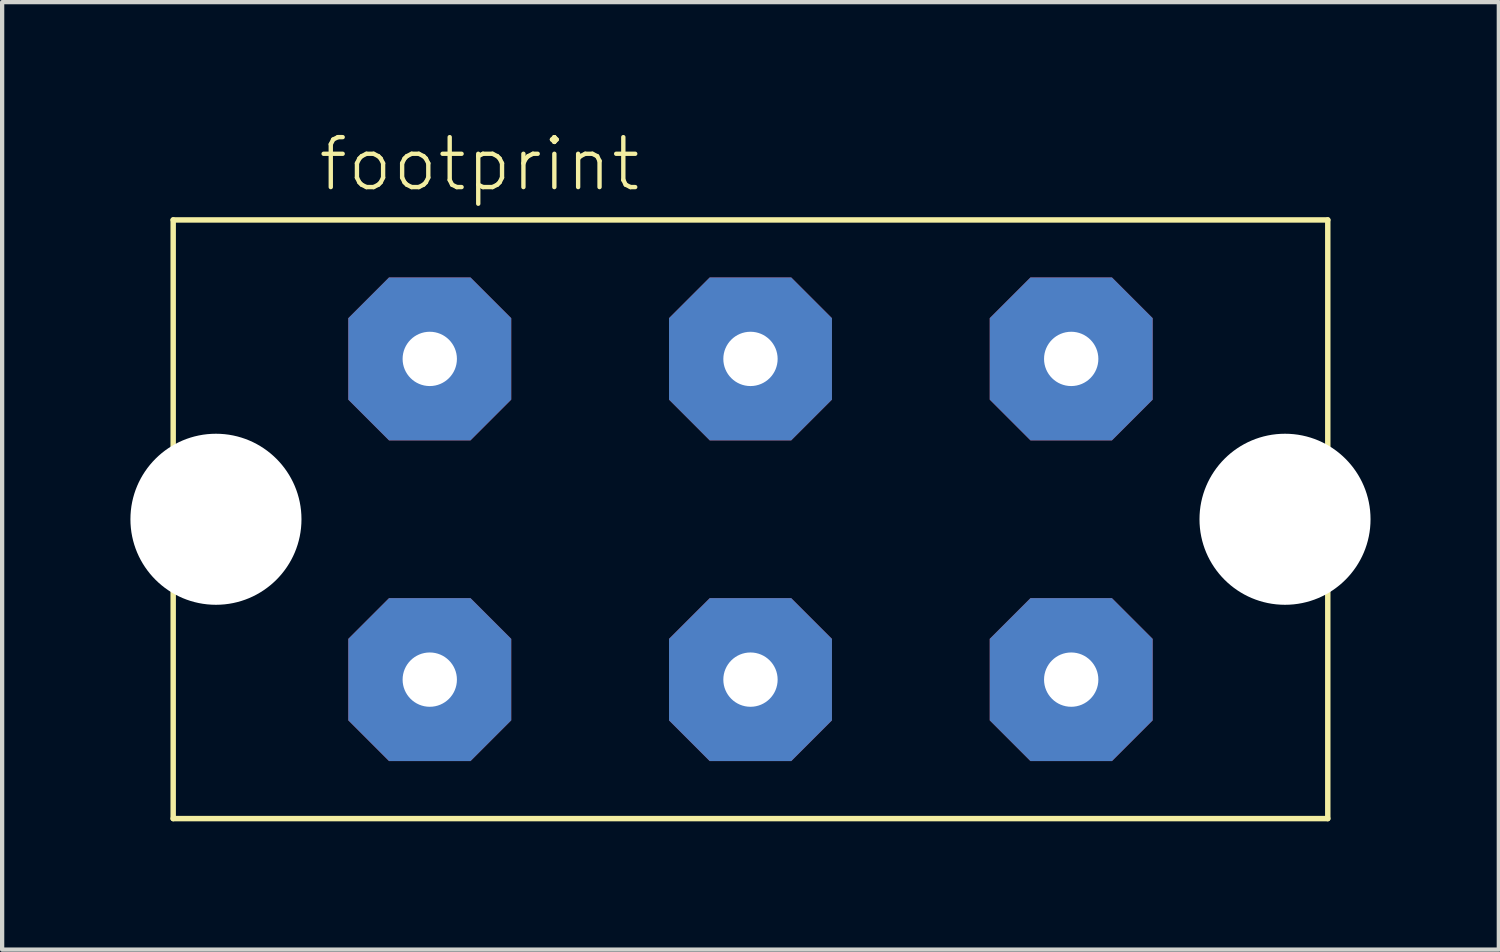
<source format=kicad_pcb>
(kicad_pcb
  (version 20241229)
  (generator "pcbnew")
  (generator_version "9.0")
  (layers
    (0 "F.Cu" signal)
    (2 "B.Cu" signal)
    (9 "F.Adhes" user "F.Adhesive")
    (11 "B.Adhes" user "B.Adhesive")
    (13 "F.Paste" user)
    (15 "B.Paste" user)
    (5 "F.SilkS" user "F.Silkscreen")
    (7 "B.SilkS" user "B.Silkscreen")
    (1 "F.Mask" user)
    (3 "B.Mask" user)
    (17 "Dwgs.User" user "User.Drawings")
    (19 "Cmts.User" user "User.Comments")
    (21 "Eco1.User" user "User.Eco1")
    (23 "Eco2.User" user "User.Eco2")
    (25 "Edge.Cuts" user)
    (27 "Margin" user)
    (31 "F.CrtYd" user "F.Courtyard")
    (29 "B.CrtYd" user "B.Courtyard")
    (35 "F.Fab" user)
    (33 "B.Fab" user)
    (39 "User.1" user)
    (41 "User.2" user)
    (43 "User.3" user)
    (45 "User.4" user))
  (footprint "footprint"
    (layer "F.Cu")
    (at 14.5 9.093)
    (property "Reference" "footprint" (at -10.16 -7.62 0) (layer "F.SilkS") (effects (font (size 1.168 1.168) (thickness 0.102)) (justify left bottom)))
    (fp_line (start -13.5 -7) (end 13.5 -7) (stroke (width 0.127) (type solid)) (layer "F.SilkS"))
    (fp_line (start -13.5 7) (end -13.5 -7) (stroke (width 0.127) (type solid)) (layer "F.SilkS"))
    (fp_line (start 13.5 -7) (end 13.5 7) (stroke (width 0.127) (type solid)) (layer "F.SilkS"))
    (fp_line (start 13.5 7) (end -13.5 7) (stroke (width 0.127) (type solid)) (layer "F.SilkS"))
    (pad "" np_thru_hole circle (at -12.5 0) (size 4 4) (drill 4) (layers "*.Cu" "*.Mask"))
    (pad "" np_thru_hole circle (at 12.5 0) (size 4 4) (drill 4) (layers "*.Cu" "*.Mask"))
    (pad "1" thru_hole roundrect (at 7.5 -3.75) (size 3.81 3.81) (drill 1.27) (layers "*.Cu" "*.Mask") (roundrect_rratio 0.25) (chamfer_ratio 0.25) (chamfer top_left top_right bottom_left bottom_right))
    (pad "2" thru_hole roundrect (at 7.5 3.75) (size 3.81 3.81) (drill 1.27) (layers "*.Cu" "*.Mask") (roundrect_rratio 0.25) (chamfer_ratio 0.25) (chamfer top_left top_right bottom_left bottom_right))
    (pad "3" thru_hole roundrect (at -7.5 -3.75) (size 3.81 3.81) (drill 1.27) (layers "*.Cu" "*.Mask") (roundrect_rratio 0.25) (chamfer_ratio 0.25) (chamfer top_left top_right bottom_left bottom_right))
    (pad "4" thru_hole roundrect (at -7.5 3.75) (size 3.81 3.81) (drill 1.27) (layers "*.Cu" "*.Mask") (roundrect_rratio 0.25) (chamfer_ratio 0.25) (chamfer top_left top_right bottom_left bottom_right))
    (pad "5" thru_hole roundrect (at 0 -3.75) (size 3.81 3.81) (drill 1.27) (layers "*.Cu" "*.Mask") (roundrect_rratio 0.25) (chamfer_ratio 0.25) (chamfer top_left top_right bottom_left bottom_right))
    (pad "6" thru_hole roundrect (at 0 3.75) (size 3.81 3.81) (drill 1.27) (layers "*.Cu" "*.Mask") (roundrect_rratio 0.25) (chamfer_ratio 0.25) (chamfer top_left top_right bottom_left bottom_right)))
  (gr_rect
    (start -3 -3)
    (end 32 19.157)
    (stroke (width 0.1) (type default))
    (fill no)
    (layer "Edge.Cuts")))
</source>
